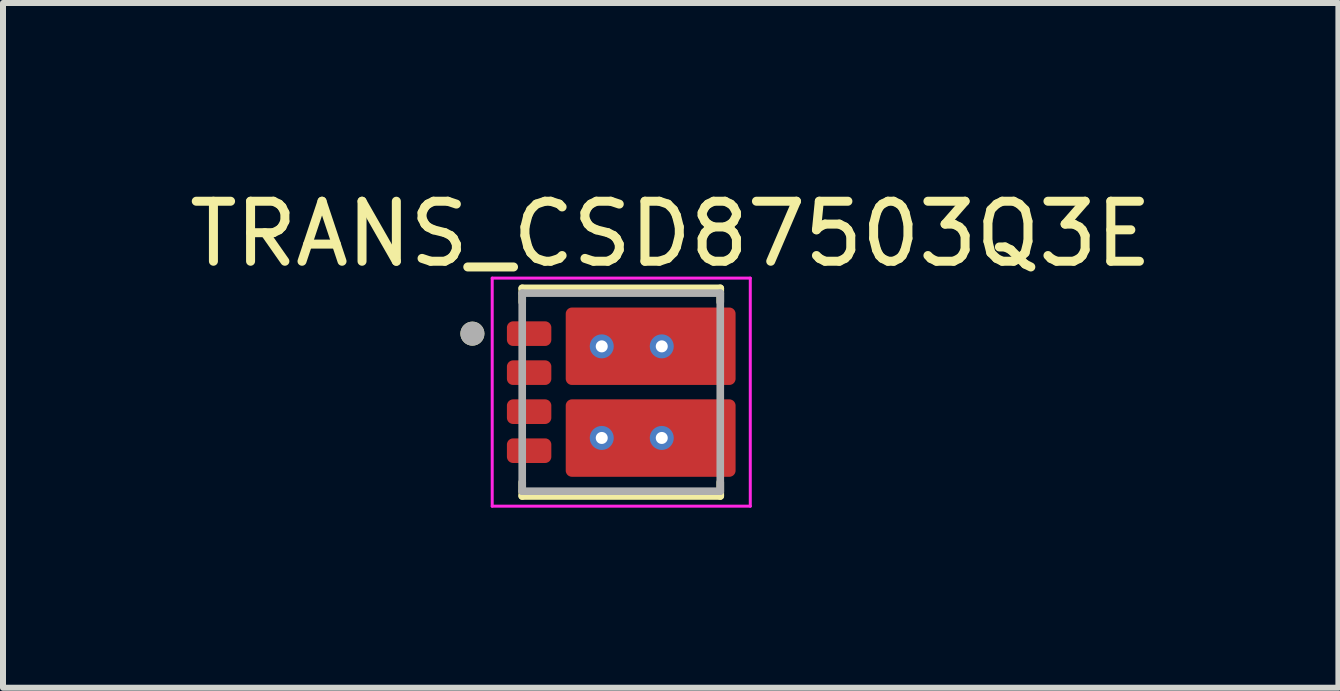
<source format=kicad_pcb>
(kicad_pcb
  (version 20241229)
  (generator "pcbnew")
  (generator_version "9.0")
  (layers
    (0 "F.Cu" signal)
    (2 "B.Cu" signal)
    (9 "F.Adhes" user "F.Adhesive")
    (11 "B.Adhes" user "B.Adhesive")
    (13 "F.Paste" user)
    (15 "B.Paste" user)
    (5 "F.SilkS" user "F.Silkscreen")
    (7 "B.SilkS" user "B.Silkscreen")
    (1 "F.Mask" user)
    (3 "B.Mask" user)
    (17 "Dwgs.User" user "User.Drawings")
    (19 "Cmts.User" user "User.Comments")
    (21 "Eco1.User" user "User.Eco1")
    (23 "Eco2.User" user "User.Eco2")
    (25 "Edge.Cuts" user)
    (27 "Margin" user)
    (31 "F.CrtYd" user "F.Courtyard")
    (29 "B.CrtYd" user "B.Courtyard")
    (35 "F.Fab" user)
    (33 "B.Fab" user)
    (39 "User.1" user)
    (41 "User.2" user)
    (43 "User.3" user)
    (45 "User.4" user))
  (footprint "TRANS_CSD87503Q3E"
    (layer "F.Cu")
    (at 7.301 3.484)
    (property "Reference" "TRANS_CSD87503Q3E" (at 0.824 -2.636 0) (layer "F.SilkS") (effects (font (size 1 1) (thickness 0.15))))
    (attr smd)
    (fp_poly (pts (xy -1.85 -1.075) (xy -1.85 -0.875) (xy -1.85 -0.872) (xy -1.85 -0.87) (xy -1.849 -0.867) (xy -1.849 -0.865) (xy -1.848 -0.862) (xy -1.848 -0.86) (xy -1.847 -0.857) (xy -1.846 -0.855) (xy -1.845 -0.852) (xy -1.843 -0.85) (xy -1.842 -0.848) (xy -1.84 -0.846) (xy -1.839 -0.844) (xy -1.837 -0.842) (xy -1.835 -0.84) (xy -1.833 -0.838) (xy -1.831 -0.836) (xy -1.829 -0.835) (xy -1.827 -0.833) (xy -1.825 -0.832) (xy -1.823 -0.83) (xy -1.82 -0.829) (xy -1.818 -0.828) (xy -1.815 -0.827) (xy -1.813 -0.827) (xy -1.81 -0.826) (xy -1.808 -0.826) (xy -1.805 -0.825) (xy -1.803 -0.825) (xy -1.8 -0.825) (xy -1.27 -0.825) (xy -1.267 -0.825) (xy -1.265 -0.825) (xy -1.262 -0.826) (xy -1.26 -0.826) (xy -1.257 -0.827) (xy -1.255 -0.827) (xy -1.252 -0.828) (xy -1.25 -0.829) (xy -1.247 -0.83) (xy -1.245 -0.832) (xy -1.243 -0.833) (xy -1.241 -0.835) (xy -1.239 -0.836) (xy -1.237 -0.838) (xy -1.235 -0.84) (xy -1.233 -0.842) (xy -1.231 -0.844) (xy -1.23 -0.846) (xy -1.228 -0.848) (xy -1.227 -0.85) (xy -1.225 -0.852) (xy -1.224 -0.855) (xy -1.223 -0.857) (xy -1.222 -0.86) (xy -1.222 -0.862) (xy -1.221 -0.865) (xy -1.221 -0.867) (xy -1.22 -0.87) (xy -1.22 -0.872) (xy -1.22 -0.875) (xy -1.22 -1.075) (xy -1.22 -1.078) (xy -1.22 -1.08) (xy -1.221 -1.083) (xy -1.221 -1.085) (xy -1.222 -1.088) (xy -1.222 -1.09) (xy -1.223 -1.093) (xy -1.224 -1.095) (xy -1.225 -1.098) (xy -1.227 -1.1) (xy -1.228 -1.102) (xy -1.23 -1.104) (xy -1.231 -1.106) (xy -1.233 -1.108) (xy -1.235 -1.11) (xy -1.237 -1.112) (xy -1.239 -1.114) (xy -1.241 -1.115) (xy -1.243 -1.117) (xy -1.245 -1.118) (xy -1.247 -1.12) (xy -1.25 -1.121) (xy -1.252 -1.122) (xy -1.255 -1.123) (xy -1.257 -1.123) (xy -1.26 -1.124) (xy -1.262 -1.124) (xy -1.265 -1.125) (xy -1.267 -1.125) (xy -1.27 -1.125) (xy -1.8 -1.125) (xy -1.803 -1.125) (xy -1.805 -1.125) (xy -1.808 -1.124) (xy -1.81 -1.124) (xy -1.813 -1.123) (xy -1.815 -1.123) (xy -1.818 -1.122) (xy -1.82 -1.121) (xy -1.823 -1.12) (xy -1.825 -1.118) (xy -1.827 -1.117) (xy -1.829 -1.115) (xy -1.831 -1.114) (xy -1.833 -1.112) (xy -1.835 -1.11) (xy -1.837 -1.108) (xy -1.839 -1.106) (xy -1.84 -1.104) (xy -1.842 -1.102) (xy -1.843 -1.1) (xy -1.845 -1.098) (xy -1.846 -1.095) (xy -1.847 -1.093) (xy -1.848 -1.09) (xy -1.848 -1.088) (xy -1.849 -1.085) (xy -1.849 -1.083) (xy -1.85 -1.08) (xy -1.85 -1.078) (xy -1.85 -1.075)) (stroke (width 0.01) (type solid)) (fill yes) (layer "F.Mask"))
    (fp_poly (pts (xy -1.85 -0.425) (xy -1.85 -0.225) (xy -1.85 -0.222) (xy -1.85 -0.22) (xy -1.849 -0.217) (xy -1.849 -0.215) (xy -1.848 -0.212) (xy -1.848 -0.21) (xy -1.847 -0.207) (xy -1.846 -0.205) (xy -1.845 -0.202) (xy -1.843 -0.2) (xy -1.842 -0.198) (xy -1.84 -0.196) (xy -1.839 -0.194) (xy -1.837 -0.192) (xy -1.835 -0.19) (xy -1.833 -0.188) (xy -1.831 -0.186) (xy -1.829 -0.185) (xy -1.827 -0.183) (xy -1.825 -0.182) (xy -1.823 -0.18) (xy -1.82 -0.179) (xy -1.818 -0.178) (xy -1.815 -0.177) (xy -1.813 -0.177) (xy -1.81 -0.176) (xy -1.808 -0.176) (xy -1.805 -0.175) (xy -1.803 -0.175) (xy -1.8 -0.175) (xy -1.27 -0.175) (xy -1.267 -0.175) (xy -1.265 -0.175) (xy -1.262 -0.176) (xy -1.26 -0.176) (xy -1.257 -0.177) (xy -1.255 -0.177) (xy -1.252 -0.178) (xy -1.25 -0.179) (xy -1.247 -0.18) (xy -1.245 -0.182) (xy -1.243 -0.183) (xy -1.241 -0.185) (xy -1.239 -0.186) (xy -1.237 -0.188) (xy -1.235 -0.19) (xy -1.233 -0.192) (xy -1.231 -0.194) (xy -1.23 -0.196) (xy -1.228 -0.198) (xy -1.227 -0.2) (xy -1.225 -0.202) (xy -1.224 -0.205) (xy -1.223 -0.207) (xy -1.222 -0.21) (xy -1.222 -0.212) (xy -1.221 -0.215) (xy -1.221 -0.217) (xy -1.22 -0.22) (xy -1.22 -0.222) (xy -1.22 -0.225) (xy -1.22 -0.425) (xy -1.22 -0.428) (xy -1.22 -0.43) (xy -1.221 -0.433) (xy -1.221 -0.435) (xy -1.222 -0.438) (xy -1.222 -0.44) (xy -1.223 -0.443) (xy -1.224 -0.445) (xy -1.225 -0.448) (xy -1.227 -0.45) (xy -1.228 -0.452) (xy -1.23 -0.454) (xy -1.231 -0.456) (xy -1.233 -0.458) (xy -1.235 -0.46) (xy -1.237 -0.462) (xy -1.239 -0.464) (xy -1.241 -0.465) (xy -1.243 -0.467) (xy -1.245 -0.468) (xy -1.247 -0.47) (xy -1.25 -0.471) (xy -1.252 -0.472) (xy -1.255 -0.473) (xy -1.257 -0.473) (xy -1.26 -0.474) (xy -1.262 -0.474) (xy -1.265 -0.475) (xy -1.267 -0.475) (xy -1.27 -0.475) (xy -1.8 -0.475) (xy -1.803 -0.475) (xy -1.805 -0.475) (xy -1.808 -0.474) (xy -1.81 -0.474) (xy -1.813 -0.473) (xy -1.815 -0.473) (xy -1.818 -0.472) (xy -1.82 -0.471) (xy -1.823 -0.47) (xy -1.825 -0.468) (xy -1.827 -0.467) (xy -1.829 -0.465) (xy -1.831 -0.464) (xy -1.833 -0.462) (xy -1.835 -0.46) (xy -1.837 -0.458) (xy -1.839 -0.456) (xy -1.84 -0.454) (xy -1.842 -0.452) (xy -1.843 -0.45) (xy -1.845 -0.448) (xy -1.846 -0.445) (xy -1.847 -0.443) (xy -1.848 -0.44) (xy -1.848 -0.438) (xy -1.849 -0.435) (xy -1.849 -0.433) (xy -1.85 -0.43) (xy -1.85 -0.428) (xy -1.85 -0.425)) (stroke (width 0.01) (type solid)) (fill yes) (layer "F.Mask"))
    (fp_poly (pts (xy -1.85 0.225) (xy -1.85 0.425) (xy -1.85 0.428) (xy -1.85 0.43) (xy -1.849 0.433) (xy -1.849 0.435) (xy -1.848 0.438) (xy -1.848 0.44) (xy -1.847 0.443) (xy -1.846 0.445) (xy -1.845 0.448) (xy -1.843 0.45) (xy -1.842 0.452) (xy -1.84 0.454) (xy -1.839 0.456) (xy -1.837 0.458) (xy -1.835 0.46) (xy -1.833 0.462) (xy -1.831 0.464) (xy -1.829 0.465) (xy -1.827 0.467) (xy -1.825 0.468) (xy -1.823 0.47) (xy -1.82 0.471) (xy -1.818 0.472) (xy -1.815 0.473) (xy -1.813 0.473) (xy -1.81 0.474) (xy -1.808 0.474) (xy -1.805 0.475) (xy -1.803 0.475) (xy -1.8 0.475) (xy -1.27 0.475) (xy -1.267 0.475) (xy -1.265 0.475) (xy -1.262 0.474) (xy -1.26 0.474) (xy -1.257 0.473) (xy -1.255 0.473) (xy -1.252 0.472) (xy -1.25 0.471) (xy -1.247 0.47) (xy -1.245 0.468) (xy -1.243 0.467) (xy -1.241 0.465) (xy -1.239 0.464) (xy -1.237 0.462) (xy -1.235 0.46) (xy -1.233 0.458) (xy -1.231 0.456) (xy -1.23 0.454) (xy -1.228 0.452) (xy -1.227 0.45) (xy -1.225 0.448) (xy -1.224 0.445) (xy -1.223 0.443) (xy -1.222 0.44) (xy -1.222 0.438) (xy -1.221 0.435) (xy -1.221 0.433) (xy -1.22 0.43) (xy -1.22 0.428) (xy -1.22 0.425) (xy -1.22 0.225) (xy -1.22 0.222) (xy -1.22 0.22) (xy -1.221 0.217) (xy -1.221 0.215) (xy -1.222 0.212) (xy -1.222 0.21) (xy -1.223 0.207) (xy -1.224 0.205) (xy -1.225 0.202) (xy -1.227 0.2) (xy -1.228 0.198) (xy -1.23 0.196) (xy -1.231 0.194) (xy -1.233 0.192) (xy -1.235 0.19) (xy -1.237 0.188) (xy -1.239 0.186) (xy -1.241 0.185) (xy -1.243 0.183) (xy -1.245 0.182) (xy -1.247 0.18) (xy -1.25 0.179) (xy -1.252 0.178) (xy -1.255 0.177) (xy -1.257 0.177) (xy -1.26 0.176) (xy -1.262 0.176) (xy -1.265 0.175) (xy -1.267 0.175) (xy -1.27 0.175) (xy -1.8 0.175) (xy -1.803 0.175) (xy -1.805 0.175) (xy -1.808 0.176) (xy -1.81 0.176) (xy -1.813 0.177) (xy -1.815 0.177) (xy -1.818 0.178) (xy -1.82 0.179) (xy -1.823 0.18) (xy -1.825 0.182) (xy -1.827 0.183) (xy -1.829 0.185) (xy -1.831 0.186) (xy -1.833 0.188) (xy -1.835 0.19) (xy -1.837 0.192) (xy -1.839 0.194) (xy -1.84 0.196) (xy -1.842 0.198) (xy -1.843 0.2) (xy -1.845 0.202) (xy -1.846 0.205) (xy -1.847 0.207) (xy -1.848 0.21) (xy -1.848 0.212) (xy -1.849 0.215) (xy -1.849 0.217) (xy -1.85 0.22) (xy -1.85 0.222) (xy -1.85 0.225)) (stroke (width 0.01) (type solid)) (fill yes) (layer "F.Mask"))
    (fp_poly (pts (xy -1.85 0.875) (xy -1.85 1.075) (xy -1.85 1.078) (xy -1.85 1.08) (xy -1.849 1.083) (xy -1.849 1.085) (xy -1.848 1.088) (xy -1.848 1.09) (xy -1.847 1.093) (xy -1.846 1.095) (xy -1.845 1.098) (xy -1.843 1.1) (xy -1.842 1.102) (xy -1.84 1.104) (xy -1.839 1.106) (xy -1.837 1.108) (xy -1.835 1.11) (xy -1.833 1.112) (xy -1.831 1.114) (xy -1.829 1.115) (xy -1.827 1.117) (xy -1.825 1.118) (xy -1.823 1.12) (xy -1.82 1.121) (xy -1.818 1.122) (xy -1.815 1.123) (xy -1.813 1.123) (xy -1.81 1.124) (xy -1.808 1.124) (xy -1.805 1.125) (xy -1.803 1.125) (xy -1.8 1.125) (xy -1.27 1.125) (xy -1.267 1.125) (xy -1.265 1.125) (xy -1.262 1.124) (xy -1.26 1.124) (xy -1.257 1.123) (xy -1.255 1.123) (xy -1.252 1.122) (xy -1.25 1.121) (xy -1.247 1.12) (xy -1.245 1.118) (xy -1.243 1.117) (xy -1.241 1.115) (xy -1.239 1.114) (xy -1.237 1.112) (xy -1.235 1.11) (xy -1.233 1.108) (xy -1.231 1.106) (xy -1.23 1.104) (xy -1.228 1.102) (xy -1.227 1.1) (xy -1.225 1.098) (xy -1.224 1.095) (xy -1.223 1.093) (xy -1.222 1.09) (xy -1.222 1.088) (xy -1.221 1.085) (xy -1.221 1.083) (xy -1.22 1.08) (xy -1.22 1.078) (xy -1.22 1.075) (xy -1.22 0.875) (xy -1.22 0.872) (xy -1.22 0.87) (xy -1.221 0.867) (xy -1.221 0.865) (xy -1.222 0.862) (xy -1.222 0.86) (xy -1.223 0.857) (xy -1.224 0.855) (xy -1.225 0.852) (xy -1.227 0.85) (xy -1.228 0.848) (xy -1.23 0.846) (xy -1.231 0.844) (xy -1.233 0.842) (xy -1.235 0.84) (xy -1.237 0.838) (xy -1.239 0.836) (xy -1.241 0.835) (xy -1.243 0.833) (xy -1.245 0.832) (xy -1.247 0.83) (xy -1.25 0.829) (xy -1.252 0.828) (xy -1.255 0.827) (xy -1.257 0.827) (xy -1.26 0.826) (xy -1.262 0.826) (xy -1.265 0.825) (xy -1.267 0.825) (xy -1.27 0.825) (xy -1.8 0.825) (xy -1.803 0.825) (xy -1.805 0.825) (xy -1.808 0.826) (xy -1.81 0.826) (xy -1.813 0.827) (xy -1.815 0.827) (xy -1.818 0.828) (xy -1.82 0.829) (xy -1.823 0.83) (xy -1.825 0.832) (xy -1.827 0.833) (xy -1.829 0.835) (xy -1.831 0.836) (xy -1.833 0.838) (xy -1.835 0.84) (xy -1.837 0.842) (xy -1.839 0.844) (xy -1.84 0.846) (xy -1.842 0.848) (xy -1.843 0.85) (xy -1.845 0.852) (xy -1.846 0.855) (xy -1.847 0.857) (xy -1.848 0.86) (xy -1.848 0.862) (xy -1.849 0.865) (xy -1.849 0.867) (xy -1.85 0.87) (xy -1.85 0.872) (xy -1.85 0.875)) (stroke (width 0.01) (type solid)) (fill yes) (layer "F.Mask"))
    (fp_poly (pts (xy -0.87 -0.225) (xy -0.87 -1.305) (xy -0.87 -1.308) (xy -0.87 -1.31) (xy -0.869 -1.313) (xy -0.869 -1.315) (xy -0.868 -1.318) (xy -0.868 -1.32) (xy -0.867 -1.323) (xy -0.866 -1.325) (xy -0.865 -1.328) (xy -0.863 -1.33) (xy -0.862 -1.332) (xy -0.86 -1.334) (xy -0.859 -1.336) (xy -0.857 -1.338) (xy -0.855 -1.34) (xy -0.853 -1.342) (xy -0.851 -1.344) (xy -0.849 -1.345) (xy -0.847 -1.347) (xy -0.845 -1.348) (xy -0.843 -1.35) (xy -0.84 -1.351) (xy -0.838 -1.352) (xy -0.835 -1.353) (xy -0.833 -1.353) (xy -0.83 -1.354) (xy -0.828 -1.354) (xy -0.825 -1.355) (xy -0.823 -1.355) (xy -0.82 -1.355) (xy 1.17 -1.355) (xy 1.173 -1.355) (xy 1.175 -1.355) (xy 1.178 -1.354) (xy 1.18 -1.354) (xy 1.183 -1.353) (xy 1.185 -1.353) (xy 1.188 -1.352) (xy 1.19 -1.351) (xy 1.193 -1.35) (xy 1.195 -1.348) (xy 1.197 -1.347) (xy 1.199 -1.345) (xy 1.201 -1.344) (xy 1.203 -1.342) (xy 1.205 -1.34) (xy 1.207 -1.338) (xy 1.209 -1.336) (xy 1.21 -1.334) (xy 1.212 -1.332) (xy 1.213 -1.33) (xy 1.215 -1.328) (xy 1.216 -1.325) (xy 1.217 -1.323) (xy 1.218 -1.32) (xy 1.218 -1.318) (xy 1.219 -1.315) (xy 1.219 -1.313) (xy 1.22 -1.31) (xy 1.22 -1.308) (xy 1.22 -1.305) (xy 1.22 -1.125) (xy 1.8 -1.125) (xy 1.803 -1.125) (xy 1.805 -1.125) (xy 1.808 -1.124) (xy 1.81 -1.124) (xy 1.813 -1.123) (xy 1.815 -1.123) (xy 1.818 -1.122) (xy 1.82 -1.121) (xy 1.823 -1.12) (xy 1.825 -1.118) (xy 1.827 -1.117) (xy 1.829 -1.115) (xy 1.831 -1.114) (xy 1.833 -1.112) (xy 1.835 -1.11) (xy 1.837 -1.108) (xy 1.839 -1.106) (xy 1.84 -1.104) (xy 1.842 -1.102) (xy 1.843 -1.1) (xy 1.845 -1.098) (xy 1.846 -1.095) (xy 1.847 -1.093) (xy 1.848 -1.09) (xy 1.848 -1.088) (xy 1.849 -1.085) (xy 1.849 -1.083) (xy 1.85 -1.08) (xy 1.85 -1.078) (xy 1.85 -1.075) (xy 1.85 -0.875) (xy 1.85 -0.872) (xy 1.85 -0.87) (xy 1.849 -0.867) (xy 1.849 -0.865) (xy 1.848 -0.862) (xy 1.848 -0.86) (xy 1.847 -0.857) (xy 1.846 -0.855) (xy 1.845 -0.852) (xy 1.843 -0.85) (xy 1.842 -0.848) (xy 1.84 -0.846) (xy 1.839 -0.844) (xy 1.837 -0.842) (xy 1.835 -0.84) (xy 1.833 -0.838) (xy 1.831 -0.836) (xy 1.829 -0.835) (xy 1.827 -0.833) (xy 1.825 -0.832) (xy 1.823 -0.83) (xy 1.82 -0.829) (xy 1.818 -0.828) (xy 1.815 -0.827) (xy 1.813 -0.827) (xy 1.81 -0.826) (xy 1.808 -0.826) (xy 1.805 -0.825) (xy 1.803 -0.825) (xy 1.8 -0.825) (xy 1.22 -0.825) (xy 1.22 -0.475) (xy 1.8 -0.475) (xy 1.803 -0.475) (xy 1.805 -0.475) (xy 1.808 -0.474) (xy 1.81 -0.474) (xy 1.813 -0.473) (xy 1.815 -0.473) (xy 1.818 -0.472) (xy 1.82 -0.471) (xy 1.823 -0.47) (xy 1.825 -0.468) (xy 1.827 -0.467) (xy 1.829 -0.465) (xy 1.831 -0.464) (xy 1.833 -0.462) (xy 1.835 -0.46) (xy 1.837 -0.458) (xy 1.839 -0.456) (xy 1.84 -0.454) (xy 1.842 -0.452) (xy 1.843 -0.45) (xy 1.845 -0.448) (xy 1.846 -0.445) (xy 1.847 -0.443) (xy 1.848 -0.44) (xy 1.848 -0.438) (xy 1.849 -0.435) (xy 1.849 -0.433) (xy 1.85 -0.43) (xy 1.85 -0.428) (xy 1.85 -0.425) (xy 1.85 -0.225) (xy 1.85 -0.222) (xy 1.85 -0.22) (xy 1.849 -0.217) (xy 1.849 -0.215) (xy 1.848 -0.212) (xy 1.848 -0.21) (xy 1.847 -0.207) (xy 1.846 -0.205) (xy 1.845 -0.202) (xy 1.843 -0.2) (xy 1.842 -0.198) (xy 1.84 -0.196) (xy 1.839 -0.194) (xy 1.837 -0.192) (xy 1.835 -0.19) (xy 1.833 -0.188) (xy 1.831 -0.186) (xy 1.829 -0.185) (xy 1.827 -0.183) (xy 1.825 -0.182) (xy 1.823 -0.18) (xy 1.82 -0.179) (xy 1.818 -0.178) (xy 1.815 -0.177) (xy 1.813 -0.177) (xy 1.81 -0.176) (xy 1.808 -0.176) (xy 1.805 -0.175) (xy 1.803 -0.175) (xy 1.8 -0.175) (xy -0.82 -0.175) (xy -0.823 -0.175) (xy -0.825 -0.175) (xy -0.828 -0.176) (xy -0.83 -0.176) (xy -0.833 -0.177) (xy -0.835 -0.177) (xy -0.838 -0.178) (xy -0.84 -0.179) (xy -0.843 -0.18) (xy -0.845 -0.182) (xy -0.847 -0.183) (xy -0.849 -0.185) (xy -0.851 -0.186) (xy -0.853 -0.188) (xy -0.855 -0.19) (xy -0.857 -0.192) (xy -0.859 -0.194) (xy -0.86 -0.196) (xy -0.862 -0.198) (xy -0.863 -0.2) (xy -0.865 -0.202) (xy -0.866 -0.205) (xy -0.867 -0.207) (xy -0.868 -0.21) (xy -0.868 -0.212) (xy -0.869 -0.215) (xy -0.869 -0.217) (xy -0.87 -0.22) (xy -0.87 -0.222) (xy -0.87 -0.225)) (stroke (width 0.01) (type solid)) (fill yes) (layer "F.Mask"))
    (fp_poly (pts (xy -0.87 1.305) (xy -0.87 0.225) (xy -0.87 0.222) (xy -0.87 0.22) (xy -0.869 0.217) (xy -0.869 0.215) (xy -0.868 0.212) (xy -0.868 0.21) (xy -0.867 0.207) (xy -0.866 0.205) (xy -0.865 0.202) (xy -0.863 0.2) (xy -0.862 0.198) (xy -0.86 0.196) (xy -0.859 0.194) (xy -0.857 0.192) (xy -0.855 0.19) (xy -0.853 0.188) (xy -0.851 0.186) (xy -0.849 0.185) (xy -0.847 0.183) (xy -0.845 0.182) (xy -0.843 0.18) (xy -0.84 0.179) (xy -0.838 0.178) (xy -0.835 0.177) (xy -0.833 0.177) (xy -0.83 0.176) (xy -0.828 0.176) (xy -0.825 0.175) (xy -0.823 0.175) (xy -0.82 0.175) (xy 1.8 0.175) (xy 1.803 0.175) (xy 1.805 0.175) (xy 1.808 0.176) (xy 1.81 0.176) (xy 1.813 0.177) (xy 1.815 0.177) (xy 1.818 0.178) (xy 1.82 0.179) (xy 1.823 0.18) (xy 1.825 0.182) (xy 1.827 0.183) (xy 1.829 0.185) (xy 1.831 0.186) (xy 1.833 0.188) (xy 1.835 0.19) (xy 1.837 0.192) (xy 1.839 0.194) (xy 1.84 0.196) (xy 1.842 0.198) (xy 1.843 0.2) (xy 1.845 0.202) (xy 1.846 0.205) (xy 1.847 0.207) (xy 1.848 0.21) (xy 1.848 0.212) (xy 1.849 0.215) (xy 1.849 0.217) (xy 1.85 0.22) (xy 1.85 0.222) (xy 1.85 0.225) (xy 1.85 0.425) (xy 1.85 0.428) (xy 1.85 0.43) (xy 1.849 0.433) (xy 1.849 0.435) (xy 1.848 0.438) (xy 1.848 0.44) (xy 1.847 0.443) (xy 1.846 0.445) (xy 1.845 0.448) (xy 1.843 0.45) (xy 1.842 0.452) (xy 1.84 0.454) (xy 1.839 0.456) (xy 1.837 0.458) (xy 1.835 0.46) (xy 1.833 0.462) (xy 1.831 0.464) (xy 1.829 0.465) (xy 1.827 0.467) (xy 1.825 0.468) (xy 1.823 0.47) (xy 1.82 0.471) (xy 1.818 0.472) (xy 1.815 0.473) (xy 1.813 0.473) (xy 1.81 0.474) (xy 1.808 0.474) (xy 1.805 0.475) (xy 1.803 0.475) (xy 1.8 0.475) (xy 1.22 0.475) (xy 1.22 0.825) (xy 1.8 0.825) (xy 1.803 0.825) (xy 1.805 0.825) (xy 1.808 0.826) (xy 1.81 0.826) (xy 1.813 0.827) (xy 1.815 0.827) (xy 1.818 0.828) (xy 1.82 0.829) (xy 1.823 0.83) (xy 1.825 0.832) (xy 1.827 0.833) (xy 1.829 0.835) (xy 1.831 0.836) (xy 1.833 0.838) (xy 1.835 0.84) (xy 1.837 0.842) (xy 1.839 0.844) (xy 1.84 0.846) (xy 1.842 0.848) (xy 1.843 0.85) (xy 1.845 0.852) (xy 1.846 0.855) (xy 1.847 0.857) (xy 1.848 0.86) (xy 1.848 0.862) (xy 1.849 0.865) (xy 1.849 0.867) (xy 1.85 0.87) (xy 1.85 0.872) (xy 1.85 0.875) (xy 1.85 1.075) (xy 1.85 1.078) (xy 1.85 1.08) (xy 1.849 1.083) (xy 1.849 1.085) (xy 1.848 1.088) (xy 1.848 1.09) (xy 1.847 1.093) (xy 1.846 1.095) (xy 1.845 1.098) (xy 1.843 1.1) (xy 1.842 1.102) (xy 1.84 1.104) (xy 1.839 1.106) (xy 1.837 1.108) (xy 1.835 1.11) (xy 1.833 1.112) (xy 1.831 1.114) (xy 1.829 1.115) (xy 1.827 1.117) (xy 1.825 1.118) (xy 1.823 1.12) (xy 1.82 1.121) (xy 1.818 1.122) (xy 1.815 1.123) (xy 1.813 1.123) (xy 1.81 1.124) (xy 1.808 1.124) (xy 1.805 1.125) (xy 1.803 1.125) (xy 1.8 1.125) (xy 1.22 1.125) (xy 1.22 1.305) (xy 1.22 1.308) (xy 1.22 1.31) (xy 1.219 1.313) (xy 1.219 1.315) (xy 1.218 1.318) (xy 1.218 1.32) (xy 1.217 1.323) (xy 1.216 1.325) (xy 1.215 1.328) (xy 1.213 1.33) (xy 1.212 1.332) (xy 1.21 1.334) (xy 1.209 1.336) (xy 1.207 1.338) (xy 1.205 1.34) (xy 1.203 1.342) (xy 1.201 1.344) (xy 1.199 1.345) (xy 1.197 1.347) (xy 1.195 1.348) (xy 1.193 1.35) (xy 1.19 1.351) (xy 1.188 1.352) (xy 1.185 1.353) (xy 1.183 1.353) (xy 1.18 1.354) (xy 1.178 1.354) (xy 1.175 1.355) (xy 1.173 1.355) (xy 1.17 1.355) (xy -0.82 1.355) (xy -0.823 1.355) (xy -0.825 1.355) (xy -0.828 1.354) (xy -0.83 1.354) (xy -0.833 1.353) (xy -0.835 1.353) (xy -0.838 1.352) (xy -0.84 1.351) (xy -0.843 1.35) (xy -0.845 1.348) (xy -0.847 1.347) (xy -0.849 1.345) (xy -0.851 1.344) (xy -0.853 1.342) (xy -0.855 1.34) (xy -0.857 1.338) (xy -0.859 1.336) (xy -0.86 1.334) (xy -0.862 1.332) (xy -0.863 1.33) (xy -0.865 1.328) (xy -0.866 1.325) (xy -0.867 1.323) (xy -0.868 1.32) (xy -0.868 1.318) (xy -0.869 1.315) (xy -0.869 1.313) (xy -0.87 1.31) (xy -0.87 1.308) (xy -0.87 1.305)) (stroke (width 0.01) (type solid)) (fill yes) (layer "F.Mask"))
    (fp_line (start -1.65 -1.73) (end 1.65 -1.73) (stroke (width 0.127) (type solid)) (layer "F.SilkS"))
    (fp_line (start -1.65 -1.5) (end -1.65 -1.73) (stroke (width 0.127) (type solid)) (layer "F.SilkS"))
    (fp_line (start -1.65 1.5) (end -1.65 1.73) (stroke (width 0.127) (type solid)) (layer "F.SilkS"))
    (fp_line (start 1.65 -1.5) (end 1.65 -1.73) (stroke (width 0.127) (type solid)) (layer "F.SilkS"))
    (fp_line (start 1.65 1.5) (end 1.65 1.73) (stroke (width 0.127) (type solid)) (layer "F.SilkS"))
    (fp_line (start 1.65 1.73) (end -1.65 1.73) (stroke (width 0.127) (type solid)) (layer "F.SilkS"))
    (fp_circle (center -2.48 -0.975) (end -2.38 -0.975) (stroke (width 0.2) (type solid)) (fill no) (layer "F.SilkS"))
    (fp_poly (pts (xy -1.85 -1.075) (xy -1.85 -0.875) (xy -1.85 -0.872) (xy -1.85 -0.87) (xy -1.849 -0.867) (xy -1.849 -0.865) (xy -1.848 -0.862) (xy -1.848 -0.86) (xy -1.847 -0.857) (xy -1.846 -0.855) (xy -1.845 -0.852) (xy -1.843 -0.85) (xy -1.842 -0.848) (xy -1.84 -0.846) (xy -1.839 -0.844) (xy -1.837 -0.842) (xy -1.835 -0.84) (xy -1.833 -0.838) (xy -1.831 -0.836) (xy -1.829 -0.835) (xy -1.827 -0.833) (xy -1.825 -0.832) (xy -1.823 -0.83) (xy -1.82 -0.829) (xy -1.818 -0.828) (xy -1.815 -0.827) (xy -1.813 -0.827) (xy -1.81 -0.826) (xy -1.808 -0.826) (xy -1.805 -0.825) (xy -1.803 -0.825) (xy -1.8 -0.825) (xy -1.27 -0.825) (xy -1.267 -0.825) (xy -1.265 -0.825) (xy -1.262 -0.826) (xy -1.26 -0.826) (xy -1.257 -0.827) (xy -1.255 -0.827) (xy -1.252 -0.828) (xy -1.25 -0.829) (xy -1.247 -0.83) (xy -1.245 -0.832) (xy -1.243 -0.833) (xy -1.241 -0.835) (xy -1.239 -0.836) (xy -1.237 -0.838) (xy -1.235 -0.84) (xy -1.233 -0.842) (xy -1.231 -0.844) (xy -1.23 -0.846) (xy -1.228 -0.848) (xy -1.227 -0.85) (xy -1.225 -0.852) (xy -1.224 -0.855) (xy -1.223 -0.857) (xy -1.222 -0.86) (xy -1.222 -0.862) (xy -1.221 -0.865) (xy -1.221 -0.867) (xy -1.22 -0.87) (xy -1.22 -0.872) (xy -1.22 -0.875) (xy -1.22 -1.075) (xy -1.22 -1.078) (xy -1.22 -1.08) (xy -1.221 -1.083) (xy -1.221 -1.085) (xy -1.222 -1.088) (xy -1.222 -1.09) (xy -1.223 -1.093) (xy -1.224 -1.095) (xy -1.225 -1.098) (xy -1.227 -1.1) (xy -1.228 -1.102) (xy -1.23 -1.104) (xy -1.231 -1.106) (xy -1.233 -1.108) (xy -1.235 -1.11) (xy -1.237 -1.112) (xy -1.239 -1.114) (xy -1.241 -1.115) (xy -1.243 -1.117) (xy -1.245 -1.118) (xy -1.247 -1.12) (xy -1.25 -1.121) (xy -1.252 -1.122) (xy -1.255 -1.123) (xy -1.257 -1.123) (xy -1.26 -1.124) (xy -1.262 -1.124) (xy -1.265 -1.125) (xy -1.267 -1.125) (xy -1.27 -1.125) (xy -1.8 -1.125) (xy -1.803 -1.125) (xy -1.805 -1.125) (xy -1.808 -1.124) (xy -1.81 -1.124) (xy -1.813 -1.123) (xy -1.815 -1.123) (xy -1.818 -1.122) (xy -1.82 -1.121) (xy -1.823 -1.12) (xy -1.825 -1.118) (xy -1.827 -1.117) (xy -1.829 -1.115) (xy -1.831 -1.114) (xy -1.833 -1.112) (xy -1.835 -1.11) (xy -1.837 -1.108) (xy -1.839 -1.106) (xy -1.84 -1.104) (xy -1.842 -1.102) (xy -1.843 -1.1) (xy -1.845 -1.098) (xy -1.846 -1.095) (xy -1.847 -1.093) (xy -1.848 -1.09) (xy -1.848 -1.088) (xy -1.849 -1.085) (xy -1.849 -1.083) (xy -1.85 -1.08) (xy -1.85 -1.078) (xy -1.85 -1.075)) (stroke (width 0.01) (type solid)) (fill yes) (layer "F.Paste"))
    (fp_poly (pts (xy -1.85 -0.425) (xy -1.85 -0.225) (xy -1.85 -0.222) (xy -1.85 -0.22) (xy -1.849 -0.217) (xy -1.849 -0.215) (xy -1.848 -0.212) (xy -1.848 -0.21) (xy -1.847 -0.207) (xy -1.846 -0.205) (xy -1.845 -0.202) (xy -1.843 -0.2) (xy -1.842 -0.198) (xy -1.84 -0.196) (xy -1.839 -0.194) (xy -1.837 -0.192) (xy -1.835 -0.19) (xy -1.833 -0.188) (xy -1.831 -0.186) (xy -1.829 -0.185) (xy -1.827 -0.183) (xy -1.825 -0.182) (xy -1.823 -0.18) (xy -1.82 -0.179) (xy -1.818 -0.178) (xy -1.815 -0.177) (xy -1.813 -0.177) (xy -1.81 -0.176) (xy -1.808 -0.176) (xy -1.805 -0.175) (xy -1.803 -0.175) (xy -1.8 -0.175) (xy -1.27 -0.175) (xy -1.267 -0.175) (xy -1.265 -0.175) (xy -1.262 -0.176) (xy -1.26 -0.176) (xy -1.257 -0.177) (xy -1.255 -0.177) (xy -1.252 -0.178) (xy -1.25 -0.179) (xy -1.247 -0.18) (xy -1.245 -0.182) (xy -1.243 -0.183) (xy -1.241 -0.185) (xy -1.239 -0.186) (xy -1.237 -0.188) (xy -1.235 -0.19) (xy -1.233 -0.192) (xy -1.231 -0.194) (xy -1.23 -0.196) (xy -1.228 -0.198) (xy -1.227 -0.2) (xy -1.225 -0.202) (xy -1.224 -0.205) (xy -1.223 -0.207) (xy -1.222 -0.21) (xy -1.222 -0.212) (xy -1.221 -0.215) (xy -1.221 -0.217) (xy -1.22 -0.22) (xy -1.22 -0.222) (xy -1.22 -0.225) (xy -1.22 -0.425) (xy -1.22 -0.428) (xy -1.22 -0.43) (xy -1.221 -0.433) (xy -1.221 -0.435) (xy -1.222 -0.438) (xy -1.222 -0.44) (xy -1.223 -0.443) (xy -1.224 -0.445) (xy -1.225 -0.448) (xy -1.227 -0.45) (xy -1.228 -0.452) (xy -1.23 -0.454) (xy -1.231 -0.456) (xy -1.233 -0.458) (xy -1.235 -0.46) (xy -1.237 -0.462) (xy -1.239 -0.464) (xy -1.241 -0.465) (xy -1.243 -0.467) (xy -1.245 -0.468) (xy -1.247 -0.47) (xy -1.25 -0.471) (xy -1.252 -0.472) (xy -1.255 -0.473) (xy -1.257 -0.473) (xy -1.26 -0.474) (xy -1.262 -0.474) (xy -1.265 -0.475) (xy -1.267 -0.475) (xy -1.27 -0.475) (xy -1.8 -0.475) (xy -1.803 -0.475) (xy -1.805 -0.475) (xy -1.808 -0.474) (xy -1.81 -0.474) (xy -1.813 -0.473) (xy -1.815 -0.473) (xy -1.818 -0.472) (xy -1.82 -0.471) (xy -1.823 -0.47) (xy -1.825 -0.468) (xy -1.827 -0.467) (xy -1.829 -0.465) (xy -1.831 -0.464) (xy -1.833 -0.462) (xy -1.835 -0.46) (xy -1.837 -0.458) (xy -1.839 -0.456) (xy -1.84 -0.454) (xy -1.842 -0.452) (xy -1.843 -0.45) (xy -1.845 -0.448) (xy -1.846 -0.445) (xy -1.847 -0.443) (xy -1.848 -0.44) (xy -1.848 -0.438) (xy -1.849 -0.435) (xy -1.849 -0.433) (xy -1.85 -0.43) (xy -1.85 -0.428) (xy -1.85 -0.425)) (stroke (width 0.01) (type solid)) (fill yes) (layer "F.Paste"))
    (fp_poly (pts (xy -1.85 0.225) (xy -1.85 0.425) (xy -1.85 0.428) (xy -1.85 0.43) (xy -1.849 0.433) (xy -1.849 0.435) (xy -1.848 0.438) (xy -1.848 0.44) (xy -1.847 0.443) (xy -1.846 0.445) (xy -1.845 0.448) (xy -1.843 0.45) (xy -1.842 0.452) (xy -1.84 0.454) (xy -1.839 0.456) (xy -1.837 0.458) (xy -1.835 0.46) (xy -1.833 0.462) (xy -1.831 0.464) (xy -1.829 0.465) (xy -1.827 0.467) (xy -1.825 0.468) (xy -1.823 0.47) (xy -1.82 0.471) (xy -1.818 0.472) (xy -1.815 0.473) (xy -1.813 0.473) (xy -1.81 0.474) (xy -1.808 0.474) (xy -1.805 0.475) (xy -1.803 0.475) (xy -1.8 0.475) (xy -1.27 0.475) (xy -1.267 0.475) (xy -1.265 0.475) (xy -1.262 0.474) (xy -1.26 0.474) (xy -1.257 0.473) (xy -1.255 0.473) (xy -1.252 0.472) (xy -1.25 0.471) (xy -1.247 0.47) (xy -1.245 0.468) (xy -1.243 0.467) (xy -1.241 0.465) (xy -1.239 0.464) (xy -1.237 0.462) (xy -1.235 0.46) (xy -1.233 0.458) (xy -1.231 0.456) (xy -1.23 0.454) (xy -1.228 0.452) (xy -1.227 0.45) (xy -1.225 0.448) (xy -1.224 0.445) (xy -1.223 0.443) (xy -1.222 0.44) (xy -1.222 0.438) (xy -1.221 0.435) (xy -1.221 0.433) (xy -1.22 0.43) (xy -1.22 0.428) (xy -1.22 0.425) (xy -1.22 0.225) (xy -1.22 0.222) (xy -1.22 0.22) (xy -1.221 0.217) (xy -1.221 0.215) (xy -1.222 0.212) (xy -1.222 0.21) (xy -1.223 0.207) (xy -1.224 0.205) (xy -1.225 0.202) (xy -1.227 0.2) (xy -1.228 0.198) (xy -1.23 0.196) (xy -1.231 0.194) (xy -1.233 0.192) (xy -1.235 0.19) (xy -1.237 0.188) (xy -1.239 0.186) (xy -1.241 0.185) (xy -1.243 0.183) (xy -1.245 0.182) (xy -1.247 0.18) (xy -1.25 0.179) (xy -1.252 0.178) (xy -1.255 0.177) (xy -1.257 0.177) (xy -1.26 0.176) (xy -1.262 0.176) (xy -1.265 0.175) (xy -1.267 0.175) (xy -1.27 0.175) (xy -1.8 0.175) (xy -1.803 0.175) (xy -1.805 0.175) (xy -1.808 0.176) (xy -1.81 0.176) (xy -1.813 0.177) (xy -1.815 0.177) (xy -1.818 0.178) (xy -1.82 0.179) (xy -1.823 0.18) (xy -1.825 0.182) (xy -1.827 0.183) (xy -1.829 0.185) (xy -1.831 0.186) (xy -1.833 0.188) (xy -1.835 0.19) (xy -1.837 0.192) (xy -1.839 0.194) (xy -1.84 0.196) (xy -1.842 0.198) (xy -1.843 0.2) (xy -1.845 0.202) (xy -1.846 0.205) (xy -1.847 0.207) (xy -1.848 0.21) (xy -1.848 0.212) (xy -1.849 0.215) (xy -1.849 0.217) (xy -1.85 0.22) (xy -1.85 0.222) (xy -1.85 0.225)) (stroke (width 0.01) (type solid)) (fill yes) (layer "F.Paste"))
    (fp_poly (pts (xy -1.85 0.875) (xy -1.85 1.075) (xy -1.85 1.078) (xy -1.85 1.08) (xy -1.849 1.083) (xy -1.849 1.085) (xy -1.848 1.088) (xy -1.848 1.09) (xy -1.847 1.093) (xy -1.846 1.095) (xy -1.845 1.098) (xy -1.843 1.1) (xy -1.842 1.102) (xy -1.84 1.104) (xy -1.839 1.106) (xy -1.837 1.108) (xy -1.835 1.11) (xy -1.833 1.112) (xy -1.831 1.114) (xy -1.829 1.115) (xy -1.827 1.117) (xy -1.825 1.118) (xy -1.823 1.12) (xy -1.82 1.121) (xy -1.818 1.122) (xy -1.815 1.123) (xy -1.813 1.123) (xy -1.81 1.124) (xy -1.808 1.124) (xy -1.805 1.125) (xy -1.803 1.125) (xy -1.8 1.125) (xy -1.27 1.125) (xy -1.267 1.125) (xy -1.265 1.125) (xy -1.262 1.124) (xy -1.26 1.124) (xy -1.257 1.123) (xy -1.255 1.123) (xy -1.252 1.122) (xy -1.25 1.121) (xy -1.247 1.12) (xy -1.245 1.118) (xy -1.243 1.117) (xy -1.241 1.115) (xy -1.239 1.114) (xy -1.237 1.112) (xy -1.235 1.11) (xy -1.233 1.108) (xy -1.231 1.106) (xy -1.23 1.104) (xy -1.228 1.102) (xy -1.227 1.1) (xy -1.225 1.098) (xy -1.224 1.095) (xy -1.223 1.093) (xy -1.222 1.09) (xy -1.222 1.088) (xy -1.221 1.085) (xy -1.221 1.083) (xy -1.22 1.08) (xy -1.22 1.078) (xy -1.22 1.075) (xy -1.22 0.875) (xy -1.22 0.872) (xy -1.22 0.87) (xy -1.221 0.867) (xy -1.221 0.865) (xy -1.222 0.862) (xy -1.222 0.86) (xy -1.223 0.857) (xy -1.224 0.855) (xy -1.225 0.852) (xy -1.227 0.85) (xy -1.228 0.848) (xy -1.23 0.846) (xy -1.231 0.844) (xy -1.233 0.842) (xy -1.235 0.84) (xy -1.237 0.838) (xy -1.239 0.836) (xy -1.241 0.835) (xy -1.243 0.833) (xy -1.245 0.832) (xy -1.247 0.83) (xy -1.25 0.829) (xy -1.252 0.828) (xy -1.255 0.827) (xy -1.257 0.827) (xy -1.26 0.826) (xy -1.262 0.826) (xy -1.265 0.825) (xy -1.267 0.825) (xy -1.27 0.825) (xy -1.8 0.825) (xy -1.803 0.825) (xy -1.805 0.825) (xy -1.808 0.826) (xy -1.81 0.826) (xy -1.813 0.827) (xy -1.815 0.827) (xy -1.818 0.828) (xy -1.82 0.829) (xy -1.823 0.83) (xy -1.825 0.832) (xy -1.827 0.833) (xy -1.829 0.835) (xy -1.831 0.836) (xy -1.833 0.838) (xy -1.835 0.84) (xy -1.837 0.842) (xy -1.839 0.844) (xy -1.84 0.846) (xy -1.842 0.848) (xy -1.843 0.85) (xy -1.845 0.852) (xy -1.846 0.855) (xy -1.847 0.857) (xy -1.848 0.86) (xy -1.848 0.862) (xy -1.849 0.865) (xy -1.849 0.867) (xy -1.85 0.87) (xy -1.85 0.872) (xy -1.85 0.875)) (stroke (width 0.01) (type solid)) (fill yes) (layer "F.Paste"))
    (fp_poly (pts (xy -0.755 -0.285) (xy -0.755 -1.245) (xy -0.755 -1.248) (xy -0.755 -1.25) (xy -0.754 -1.253) (xy -0.754 -1.255) (xy -0.753 -1.258) (xy -0.753 -1.26) (xy -0.752 -1.263) (xy -0.751 -1.265) (xy -0.75 -1.268) (xy -0.748 -1.27) (xy -0.747 -1.272) (xy -0.745 -1.274) (xy -0.744 -1.276) (xy -0.742 -1.278) (xy -0.74 -1.28) (xy -0.738 -1.282) (xy -0.736 -1.284) (xy -0.734 -1.285) (xy -0.732 -1.287) (xy -0.73 -1.288) (xy -0.728 -1.29) (xy -0.725 -1.291) (xy -0.723 -1.292) (xy -0.72 -1.293) (xy -0.718 -1.293) (xy -0.715 -1.294) (xy -0.713 -1.294) (xy -0.71 -1.295) (xy -0.708 -1.295) (xy -0.705 -1.295) (xy 1.055 -1.295) (xy 1.058 -1.295) (xy 1.06 -1.295) (xy 1.063 -1.294) (xy 1.065 -1.294) (xy 1.068 -1.293) (xy 1.07 -1.293) (xy 1.073 -1.292) (xy 1.075 -1.291) (xy 1.078 -1.29) (xy 1.08 -1.288) (xy 1.082 -1.287) (xy 1.084 -1.285) (xy 1.086 -1.284) (xy 1.088 -1.282) (xy 1.09 -1.28) (xy 1.092 -1.278) (xy 1.094 -1.276) (xy 1.095 -1.274) (xy 1.097 -1.272) (xy 1.098 -1.27) (xy 1.1 -1.268) (xy 1.101 -1.265) (xy 1.102 -1.263) (xy 1.103 -1.26) (xy 1.103 -1.258) (xy 1.104 -1.255) (xy 1.104 -1.253) (xy 1.105 -1.25) (xy 1.105 -1.248) (xy 1.105 -1.245) (xy 1.105 -0.285) (xy 1.105 -0.282) (xy 1.105 -0.28) (xy 1.104 -0.277) (xy 1.104 -0.275) (xy 1.103 -0.272) (xy 1.103 -0.27) (xy 1.102 -0.267) (xy 1.101 -0.265) (xy 1.1 -0.262) (xy 1.098 -0.26) (xy 1.097 -0.258) (xy 1.095 -0.256) (xy 1.094 -0.254) (xy 1.092 -0.252) (xy 1.09 -0.25) (xy 1.088 -0.248) (xy 1.086 -0.246) (xy 1.084 -0.245) (xy 1.082 -0.243) (xy 1.08 -0.242) (xy 1.078 -0.24) (xy 1.075 -0.239) (xy 1.073 -0.238) (xy 1.07 -0.237) (xy 1.068 -0.237) (xy 1.065 -0.236) (xy 1.063 -0.236) (xy 1.06 -0.235) (xy 1.058 -0.235) (xy 1.055 -0.235) (xy -0.705 -0.235) (xy -0.708 -0.235) (xy -0.71 -0.235) (xy -0.713 -0.236) (xy -0.715 -0.236) (xy -0.718 -0.237) (xy -0.72 -0.237) (xy -0.723 -0.238) (xy -0.725 -0.239) (xy -0.728 -0.24) (xy -0.73 -0.242) (xy -0.732 -0.243) (xy -0.734 -0.245) (xy -0.736 -0.246) (xy -0.738 -0.248) (xy -0.74 -0.25) (xy -0.742 -0.252) (xy -0.744 -0.254) (xy -0.745 -0.256) (xy -0.747 -0.258) (xy -0.748 -0.26) (xy -0.75 -0.262) (xy -0.751 -0.265) (xy -0.752 -0.267) (xy -0.753 -0.27) (xy -0.753 -0.272) (xy -0.754 -0.275) (xy -0.754 -0.277) (xy -0.755 -0.28) (xy -0.755 -0.282) (xy -0.755 -0.285)) (stroke (width 0.01) (type solid)) (fill yes) (layer "F.Paste"))
    (fp_poly (pts (xy -0.755 0.285) (xy -0.755 1.245) (xy -0.755 1.248) (xy -0.755 1.25) (xy -0.754 1.253) (xy -0.754 1.255) (xy -0.753 1.258) (xy -0.753 1.26) (xy -0.752 1.263) (xy -0.751 1.265) (xy -0.75 1.268) (xy -0.748 1.27) (xy -0.747 1.272) (xy -0.745 1.274) (xy -0.744 1.276) (xy -0.742 1.278) (xy -0.74 1.28) (xy -0.738 1.282) (xy -0.736 1.284) (xy -0.734 1.285) (xy -0.732 1.287) (xy -0.73 1.288) (xy -0.728 1.29) (xy -0.725 1.291) (xy -0.723 1.292) (xy -0.72 1.293) (xy -0.718 1.293) (xy -0.715 1.294) (xy -0.713 1.294) (xy -0.71 1.295) (xy -0.708 1.295) (xy -0.705 1.295) (xy 1.055 1.295) (xy 1.058 1.295) (xy 1.06 1.295) (xy 1.063 1.294) (xy 1.065 1.294) (xy 1.068 1.293) (xy 1.07 1.293) (xy 1.073 1.292) (xy 1.075 1.291) (xy 1.078 1.29) (xy 1.08 1.288) (xy 1.082 1.287) (xy 1.084 1.285) (xy 1.086 1.284) (xy 1.088 1.282) (xy 1.09 1.28) (xy 1.092 1.278) (xy 1.094 1.276) (xy 1.095 1.274) (xy 1.097 1.272) (xy 1.098 1.27) (xy 1.1 1.268) (xy 1.101 1.265) (xy 1.102 1.263) (xy 1.103 1.26) (xy 1.103 1.258) (xy 1.104 1.255) (xy 1.104 1.253) (xy 1.105 1.25) (xy 1.105 1.248) (xy 1.105 1.245) (xy 1.105 0.285) (xy 1.105 0.282) (xy 1.105 0.28) (xy 1.104 0.277) (xy 1.104 0.275) (xy 1.103 0.272) (xy 1.103 0.27) (xy 1.102 0.267) (xy 1.101 0.265) (xy 1.1 0.262) (xy 1.098 0.26) (xy 1.097 0.258) (xy 1.095 0.256) (xy 1.094 0.254) (xy 1.092 0.252) (xy 1.09 0.25) (xy 1.088 0.248) (xy 1.086 0.246) (xy 1.084 0.245) (xy 1.082 0.243) (xy 1.08 0.242) (xy 1.078 0.24) (xy 1.075 0.239) (xy 1.073 0.238) (xy 1.07 0.237) (xy 1.068 0.237) (xy 1.065 0.236) (xy 1.063 0.236) (xy 1.06 0.235) (xy 1.058 0.235) (xy 1.055 0.235) (xy -0.705 0.235) (xy -0.708 0.235) (xy -0.71 0.235) (xy -0.713 0.236) (xy -0.715 0.236) (xy -0.718 0.237) (xy -0.72 0.237) (xy -0.723 0.238) (xy -0.725 0.239) (xy -0.728 0.24) (xy -0.73 0.242) (xy -0.732 0.243) (xy -0.734 0.245) (xy -0.736 0.246) (xy -0.738 0.248) (xy -0.74 0.25) (xy -0.742 0.252) (xy -0.744 0.254) (xy -0.745 0.256) (xy -0.747 0.258) (xy -0.748 0.26) (xy -0.75 0.262) (xy -0.751 0.265) (xy -0.752 0.267) (xy -0.753 0.27) (xy -0.753 0.272) (xy -0.754 0.275) (xy -0.754 0.277) (xy -0.755 0.28) (xy -0.755 0.282) (xy -0.755 0.285)) (stroke (width 0.01) (type solid)) (fill yes) (layer "F.Paste"))
    (fp_poly (pts (xy 1.8 -1.125) (xy 1.355 -1.125) (xy 1.352 -1.125) (xy 1.35 -1.125) (xy 1.347 -1.124) (xy 1.345 -1.124) (xy 1.342 -1.123) (xy 1.34 -1.123) (xy 1.337 -1.122) (xy 1.335 -1.121) (xy 1.332 -1.12) (xy 1.33 -1.118) (xy 1.328 -1.117) (xy 1.326 -1.115) (xy 1.324 -1.114) (xy 1.322 -1.112) (xy 1.32 -1.11) (xy 1.318 -1.108) (xy 1.316 -1.106) (xy 1.315 -1.104) (xy 1.313 -1.102) (xy 1.312 -1.1) (xy 1.31 -1.098) (xy 1.309 -1.095) (xy 1.308 -1.093) (xy 1.307 -1.09) (xy 1.307 -1.088) (xy 1.306 -1.085) (xy 1.306 -1.083) (xy 1.305 -1.08) (xy 1.305 -1.078) (xy 1.305 -1.075) (xy 1.305 -0.875) (xy 1.305 -0.872) (xy 1.305 -0.87) (xy 1.306 -0.867) (xy 1.306 -0.865) (xy 1.307 -0.862) (xy 1.307 -0.86) (xy 1.308 -0.857) (xy 1.309 -0.855) (xy 1.31 -0.852) (xy 1.312 -0.85) (xy 1.313 -0.848) (xy 1.315 -0.846) (xy 1.316 -0.844) (xy 1.318 -0.842) (xy 1.32 -0.84) (xy 1.322 -0.838) (xy 1.324 -0.836) (xy 1.326 -0.835) (xy 1.328 -0.833) (xy 1.33 -0.832) (xy 1.332 -0.83) (xy 1.335 -0.829) (xy 1.337 -0.828) (xy 1.34 -0.827) (xy 1.342 -0.827) (xy 1.345 -0.826) (xy 1.347 -0.826) (xy 1.35 -0.825) (xy 1.352 -0.825) (xy 1.355 -0.825) (xy 1.8 -0.825) (xy 1.803 -0.825) (xy 1.805 -0.825) (xy 1.808 -0.826) (xy 1.81 -0.826) (xy 1.813 -0.827) (xy 1.815 -0.827) (xy 1.818 -0.828) (xy 1.82 -0.829) (xy 1.823 -0.83) (xy 1.825 -0.832) (xy 1.827 -0.833) (xy 1.829 -0.835) (xy 1.831 -0.836) (xy 1.833 -0.838) (xy 1.835 -0.84) (xy 1.837 -0.842) (xy 1.839 -0.844) (xy 1.84 -0.846) (xy 1.842 -0.848) (xy 1.843 -0.85) (xy 1.845 -0.852) (xy 1.846 -0.855) (xy 1.847 -0.857) (xy 1.848 -0.86) (xy 1.848 -0.862) (xy 1.849 -0.865) (xy 1.849 -0.867) (xy 1.85 -0.87) (xy 1.85 -0.872) (xy 1.85 -0.875) (xy 1.85 -1.075) (xy 1.85 -1.078) (xy 1.85 -1.08) (xy 1.849 -1.083) (xy 1.849 -1.085) (xy 1.848 -1.088) (xy 1.848 -1.09) (xy 1.847 -1.093) (xy 1.846 -1.095) (xy 1.845 -1.098) (xy 1.843 -1.1) (xy 1.842 -1.102) (xy 1.84 -1.104) (xy 1.839 -1.106) (xy 1.837 -1.108) (xy 1.835 -1.11) (xy 1.833 -1.112) (xy 1.831 -1.114) (xy 1.829 -1.115) (xy 1.827 -1.117) (xy 1.825 -1.118) (xy 1.823 -1.12) (xy 1.82 -1.121) (xy 1.818 -1.122) (xy 1.815 -1.123) (xy 1.813 -1.123) (xy 1.81 -1.124) (xy 1.808 -1.124) (xy 1.805 -1.125) (xy 1.803 -1.125) (xy 1.8 -1.125)) (stroke (width 0.01) (type solid)) (fill yes) (layer "F.Paste"))
    (fp_poly (pts (xy 1.8 -0.475) (xy 1.355 -0.475) (xy 1.352 -0.475) (xy 1.35 -0.475) (xy 1.347 -0.474) (xy 1.345 -0.474) (xy 1.342 -0.473) (xy 1.34 -0.473) (xy 1.337 -0.472) (xy 1.335 -0.471) (xy 1.332 -0.47) (xy 1.33 -0.468) (xy 1.328 -0.467) (xy 1.326 -0.465) (xy 1.324 -0.464) (xy 1.322 -0.462) (xy 1.32 -0.46) (xy 1.318 -0.458) (xy 1.316 -0.456) (xy 1.315 -0.454) (xy 1.313 -0.452) (xy 1.312 -0.45) (xy 1.31 -0.448) (xy 1.309 -0.445) (xy 1.308 -0.443) (xy 1.307 -0.44) (xy 1.307 -0.438) (xy 1.306 -0.435) (xy 1.306 -0.433) (xy 1.305 -0.43) (xy 1.305 -0.428) (xy 1.305 -0.425) (xy 1.305 -0.225) (xy 1.305 -0.222) (xy 1.305 -0.22) (xy 1.306 -0.217) (xy 1.306 -0.215) (xy 1.307 -0.212) (xy 1.307 -0.21) (xy 1.308 -0.207) (xy 1.309 -0.205) (xy 1.31 -0.202) (xy 1.312 -0.2) (xy 1.313 -0.198) (xy 1.315 -0.196) (xy 1.316 -0.194) (xy 1.318 -0.192) (xy 1.32 -0.19) (xy 1.322 -0.188) (xy 1.324 -0.186) (xy 1.326 -0.185) (xy 1.328 -0.183) (xy 1.33 -0.182) (xy 1.332 -0.18) (xy 1.335 -0.179) (xy 1.337 -0.178) (xy 1.34 -0.177) (xy 1.342 -0.177) (xy 1.345 -0.176) (xy 1.347 -0.176) (xy 1.35 -0.175) (xy 1.352 -0.175) (xy 1.355 -0.175) (xy 1.8 -0.175) (xy 1.803 -0.175) (xy 1.805 -0.175) (xy 1.808 -0.176) (xy 1.81 -0.176) (xy 1.813 -0.177) (xy 1.815 -0.177) (xy 1.818 -0.178) (xy 1.82 -0.179) (xy 1.823 -0.18) (xy 1.825 -0.182) (xy 1.827 -0.183) (xy 1.829 -0.185) (xy 1.831 -0.186) (xy 1.833 -0.188) (xy 1.835 -0.19) (xy 1.837 -0.192) (xy 1.839 -0.194) (xy 1.84 -0.196) (xy 1.842 -0.198) (xy 1.843 -0.2) (xy 1.845 -0.202) (xy 1.846 -0.205) (xy 1.847 -0.207) (xy 1.848 -0.21) (xy 1.848 -0.212) (xy 1.849 -0.215) (xy 1.849 -0.217) (xy 1.85 -0.22) (xy 1.85 -0.222) (xy 1.85 -0.225) (xy 1.85 -0.425) (xy 1.85 -0.428) (xy 1.85 -0.43) (xy 1.849 -0.433) (xy 1.849 -0.435) (xy 1.848 -0.438) (xy 1.848 -0.44) (xy 1.847 -0.443) (xy 1.846 -0.445) (xy 1.845 -0.448) (xy 1.843 -0.45) (xy 1.842 -0.452) (xy 1.84 -0.454) (xy 1.839 -0.456) (xy 1.837 -0.458) (xy 1.835 -0.46) (xy 1.833 -0.462) (xy 1.831 -0.464) (xy 1.829 -0.465) (xy 1.827 -0.467) (xy 1.825 -0.468) (xy 1.823 -0.47) (xy 1.82 -0.471) (xy 1.818 -0.472) (xy 1.815 -0.473) (xy 1.813 -0.473) (xy 1.81 -0.474) (xy 1.808 -0.474) (xy 1.805 -0.475) (xy 1.803 -0.475) (xy 1.8 -0.475)) (stroke (width 0.01) (type solid)) (fill yes) (layer "F.Paste"))
    (fp_poly (pts (xy 1.8 0.175) (xy 1.355 0.175) (xy 1.352 0.175) (xy 1.35 0.175) (xy 1.347 0.176) (xy 1.345 0.176) (xy 1.342 0.177) (xy 1.34 0.177) (xy 1.337 0.178) (xy 1.335 0.179) (xy 1.332 0.18) (xy 1.33 0.182) (xy 1.328 0.183) (xy 1.326 0.185) (xy 1.324 0.186) (xy 1.322 0.188) (xy 1.32 0.19) (xy 1.318 0.192) (xy 1.316 0.194) (xy 1.315 0.196) (xy 1.313 0.198) (xy 1.312 0.2) (xy 1.31 0.202) (xy 1.309 0.205) (xy 1.308 0.207) (xy 1.307 0.21) (xy 1.307 0.212) (xy 1.306 0.215) (xy 1.306 0.217) (xy 1.305 0.22) (xy 1.305 0.222) (xy 1.305 0.225) (xy 1.305 0.425) (xy 1.305 0.428) (xy 1.305 0.43) (xy 1.306 0.433) (xy 1.306 0.435) (xy 1.307 0.438) (xy 1.307 0.44) (xy 1.308 0.443) (xy 1.309 0.445) (xy 1.31 0.448) (xy 1.312 0.45) (xy 1.313 0.452) (xy 1.315 0.454) (xy 1.316 0.456) (xy 1.318 0.458) (xy 1.32 0.46) (xy 1.322 0.462) (xy 1.324 0.464) (xy 1.326 0.465) (xy 1.328 0.467) (xy 1.33 0.468) (xy 1.332 0.47) (xy 1.335 0.471) (xy 1.337 0.472) (xy 1.34 0.473) (xy 1.342 0.473) (xy 1.345 0.474) (xy 1.347 0.474) (xy 1.35 0.475) (xy 1.352 0.475) (xy 1.355 0.475) (xy 1.8 0.475) (xy 1.803 0.475) (xy 1.805 0.475) (xy 1.808 0.474) (xy 1.81 0.474) (xy 1.813 0.473) (xy 1.815 0.473) (xy 1.818 0.472) (xy 1.82 0.471) (xy 1.823 0.47) (xy 1.825 0.468) (xy 1.827 0.467) (xy 1.829 0.465) (xy 1.831 0.464) (xy 1.833 0.462) (xy 1.835 0.46) (xy 1.837 0.458) (xy 1.839 0.456) (xy 1.84 0.454) (xy 1.842 0.452) (xy 1.843 0.45) (xy 1.845 0.448) (xy 1.846 0.445) (xy 1.847 0.443) (xy 1.848 0.44) (xy 1.848 0.438) (xy 1.849 0.435) (xy 1.849 0.433) (xy 1.85 0.43) (xy 1.85 0.428) (xy 1.85 0.425) (xy 1.85 0.225) (xy 1.85 0.222) (xy 1.85 0.22) (xy 1.849 0.217) (xy 1.849 0.215) (xy 1.848 0.212) (xy 1.848 0.21) (xy 1.847 0.207) (xy 1.846 0.205) (xy 1.845 0.202) (xy 1.843 0.2) (xy 1.842 0.198) (xy 1.84 0.196) (xy 1.839 0.194) (xy 1.837 0.192) (xy 1.835 0.19) (xy 1.833 0.188) (xy 1.831 0.186) (xy 1.829 0.185) (xy 1.827 0.183) (xy 1.825 0.182) (xy 1.823 0.18) (xy 1.82 0.179) (xy 1.818 0.178) (xy 1.815 0.177) (xy 1.813 0.177) (xy 1.81 0.176) (xy 1.808 0.176) (xy 1.805 0.175) (xy 1.803 0.175) (xy 1.8 0.175)) (stroke (width 0.01) (type solid)) (fill yes) (layer "F.Paste"))
    (fp_poly (pts (xy 1.8 0.825) (xy 1.355 0.825) (xy 1.352 0.825) (xy 1.35 0.825) (xy 1.347 0.826) (xy 1.345 0.826) (xy 1.342 0.827) (xy 1.34 0.827) (xy 1.337 0.828) (xy 1.335 0.829) (xy 1.332 0.83) (xy 1.33 0.832) (xy 1.328 0.833) (xy 1.326 0.835) (xy 1.324 0.836) (xy 1.322 0.838) (xy 1.32 0.84) (xy 1.318 0.842) (xy 1.316 0.844) (xy 1.315 0.846) (xy 1.313 0.848) (xy 1.312 0.85) (xy 1.31 0.852) (xy 1.309 0.855) (xy 1.308 0.857) (xy 1.307 0.86) (xy 1.307 0.862) (xy 1.306 0.865) (xy 1.306 0.867) (xy 1.305 0.87) (xy 1.305 0.872) (xy 1.305 0.875) (xy 1.305 1.075) (xy 1.305 1.078) (xy 1.305 1.08) (xy 1.306 1.083) (xy 1.306 1.085) (xy 1.307 1.088) (xy 1.307 1.09) (xy 1.308 1.093) (xy 1.309 1.095) (xy 1.31 1.098) (xy 1.312 1.1) (xy 1.313 1.102) (xy 1.315 1.104) (xy 1.316 1.106) (xy 1.318 1.108) (xy 1.32 1.11) (xy 1.322 1.112) (xy 1.324 1.114) (xy 1.326 1.115) (xy 1.328 1.117) (xy 1.33 1.118) (xy 1.332 1.12) (xy 1.335 1.121) (xy 1.337 1.122) (xy 1.34 1.123) (xy 1.342 1.123) (xy 1.345 1.124) (xy 1.347 1.124) (xy 1.35 1.125) (xy 1.352 1.125) (xy 1.355 1.125) (xy 1.8 1.125) (xy 1.803 1.125) (xy 1.805 1.125) (xy 1.808 1.124) (xy 1.81 1.124) (xy 1.813 1.123) (xy 1.815 1.123) (xy 1.818 1.122) (xy 1.82 1.121) (xy 1.823 1.12) (xy 1.825 1.118) (xy 1.827 1.117) (xy 1.829 1.115) (xy 1.831 1.114) (xy 1.833 1.112) (xy 1.835 1.11) (xy 1.837 1.108) (xy 1.839 1.106) (xy 1.84 1.104) (xy 1.842 1.102) (xy 1.843 1.1) (xy 1.845 1.098) (xy 1.846 1.095) (xy 1.847 1.093) (xy 1.848 1.09) (xy 1.848 1.088) (xy 1.849 1.085) (xy 1.849 1.083) (xy 1.85 1.08) (xy 1.85 1.078) (xy 1.85 1.075) (xy 1.85 0.875) (xy 1.85 0.872) (xy 1.85 0.87) (xy 1.849 0.867) (xy 1.849 0.865) (xy 1.848 0.862) (xy 1.848 0.86) (xy 1.847 0.857) (xy 1.846 0.855) (xy 1.845 0.852) (xy 1.843 0.85) (xy 1.842 0.848) (xy 1.84 0.846) (xy 1.839 0.844) (xy 1.837 0.842) (xy 1.835 0.84) (xy 1.833 0.838) (xy 1.831 0.836) (xy 1.829 0.835) (xy 1.827 0.833) (xy 1.825 0.832) (xy 1.823 0.83) (xy 1.82 0.829) (xy 1.818 0.828) (xy 1.815 0.827) (xy 1.813 0.827) (xy 1.81 0.826) (xy 1.808 0.826) (xy 1.805 0.825) (xy 1.803 0.825) (xy 1.8 0.825)) (stroke (width 0.01) (type solid)) (fill yes) (layer "F.Paste"))
    (fp_line (start -2.15 -1.9) (end 2.15 -1.9) (stroke (width 0.05) (type solid)) (layer "F.CrtYd"))
    (fp_line (start -2.15 1.9) (end -2.15 -1.9) (stroke (width 0.05) (type solid)) (layer "F.CrtYd"))
    (fp_line (start 2.15 -1.9) (end 2.15 1.9) (stroke (width 0.05) (type solid)) (layer "F.CrtYd"))
    (fp_line (start 2.15 1.9) (end -2.15 1.9) (stroke (width 0.05) (type solid)) (layer "F.CrtYd"))
    (fp_line (start -1.65 -1.65) (end 1.65 -1.65) (stroke (width 0.127) (type solid)) (layer "F.Fab"))
    (fp_line (start -1.65 1.65) (end -1.65 -1.65) (stroke (width 0.127) (type solid)) (layer "F.Fab"))
    (fp_line (start 1.65 -1.65) (end 1.65 1.65) (stroke (width 0.127) (type solid)) (layer "F.Fab"))
    (fp_line (start 1.65 1.65) (end -1.65 1.65) (stroke (width 0.127) (type solid)) (layer "F.Fab"))
    (fp_circle (center -2.48 -0.975) (end -2.38 -0.975) (stroke (width 0.2) (type solid)) (fill no) (layer "F.Fab"))
    (pad "1" smd custom (at -1.535 -0.975) (size 0.2 0.2) (layers "F.Cu") (options (anchor rect)) (primitives (gr_poly (pts (xy -0.365 -0.1) (xy -0.365 0.1) (xy -0.365 0.105) (xy -0.364 0.11) (xy -0.364 0.116) (xy -0.363 0.121) (xy -0.362 0.126) (xy -0.36 0.131) (xy -0.358 0.136) (xy -0.356 0.141) (xy -0.354 0.145) (xy -0.352 0.15) (xy -0.349 0.154) (xy -0.346 0.159) (xy -0.343 0.163) (xy -0.339 0.167) (xy -0.336 0.171) (xy -0.332 0.174) (xy -0.328 0.178) (xy -0.324 0.181) (xy -0.319 0.184) (xy -0.315 0.187) (xy -0.31 0.189) (xy -0.306 0.191) (xy -0.301 0.193) (xy -0.296 0.195) (xy -0.291 0.197) (xy -0.286 0.198) (xy -0.281 0.199) (xy -0.275 0.199) (xy -0.27 0.2) (xy -0.265 0.2) (xy 0.265 0.2) (xy 0.27 0.2) (xy 0.275 0.199) (xy 0.281 0.199) (xy 0.286 0.198) (xy 0.291 0.197) (xy 0.296 0.195) (xy 0.301 0.193) (xy 0.306 0.191) (xy 0.31 0.189) (xy 0.315 0.187) (xy 0.319 0.184) (xy 0.324 0.181) (xy 0.328 0.178) (xy 0.332 0.174) (xy 0.336 0.171) (xy 0.339 0.167) (xy 0.343 0.163) (xy 0.346 0.159) (xy 0.349 0.154) (xy 0.352 0.15) (xy 0.354 0.145) (xy 0.356 0.141) (xy 0.358 0.136) (xy 0.36 0.131) (xy 0.362 0.126) (xy 0.363 0.121) (xy 0.364 0.116) (xy 0.364 0.11) (xy 0.365 0.105) (xy 0.365 0.1) (xy 0.365 -0.1) (xy 0.365 -0.105) (xy 0.364 -0.11) (xy 0.364 -0.116) (xy 0.363 -0.121) (xy 0.362 -0.126) (xy 0.36 -0.131) (xy 0.358 -0.136) (xy 0.356 -0.141) (xy 0.354 -0.145) (xy 0.352 -0.15) (xy 0.349 -0.154) (xy 0.346 -0.159) (xy 0.343 -0.163) (xy 0.339 -0.167) (xy 0.336 -0.171) (xy 0.332 -0.174) (xy 0.328 -0.178) (xy 0.324 -0.181) (xy 0.319 -0.184) (xy 0.315 -0.187) (xy 0.31 -0.189) (xy 0.306 -0.191) (xy 0.301 -0.193) (xy 0.296 -0.195) (xy 0.291 -0.197) (xy 0.286 -0.198) (xy 0.281 -0.199) (xy 0.275 -0.199) (xy 0.27 -0.2) (xy 0.265 -0.2) (xy -0.265 -0.2) (xy -0.27 -0.2) (xy -0.275 -0.199) (xy -0.281 -0.199) (xy -0.286 -0.198) (xy -0.291 -0.197) (xy -0.296 -0.195) (xy -0.301 -0.193) (xy -0.306 -0.191) (xy -0.31 -0.189) (xy -0.315 -0.187) (xy -0.319 -0.184) (xy -0.324 -0.181) (xy -0.328 -0.178) (xy -0.332 -0.174) (xy -0.336 -0.171) (xy -0.339 -0.167) (xy -0.343 -0.163) (xy -0.346 -0.159) (xy -0.349 -0.154) (xy -0.352 -0.15) (xy -0.354 -0.145) (xy -0.356 -0.141) (xy -0.358 -0.136) (xy -0.36 -0.131) (xy -0.362 -0.126) (xy -0.363 -0.121) (xy -0.364 -0.116) (xy -0.364 -0.11) (xy -0.365 -0.105) (xy -0.365 -0.1)) (width 0.01) (fill yes))))
    (pad "2" smd custom (at -1.535 -0.325) (size 0.2 0.2) (layers "F.Cu") (options (anchor rect)) (primitives (gr_poly (pts (xy -0.365 -0.1) (xy -0.365 0.1) (xy -0.365 0.105) (xy -0.364 0.11) (xy -0.364 0.116) (xy -0.363 0.121) (xy -0.362 0.126) (xy -0.36 0.131) (xy -0.358 0.136) (xy -0.356 0.141) (xy -0.354 0.145) (xy -0.352 0.15) (xy -0.349 0.154) (xy -0.346 0.159) (xy -0.343 0.163) (xy -0.339 0.167) (xy -0.336 0.171) (xy -0.332 0.174) (xy -0.328 0.178) (xy -0.324 0.181) (xy -0.319 0.184) (xy -0.315 0.187) (xy -0.31 0.189) (xy -0.306 0.191) (xy -0.301 0.193) (xy -0.296 0.195) (xy -0.291 0.197) (xy -0.286 0.198) (xy -0.281 0.199) (xy -0.275 0.199) (xy -0.27 0.2) (xy -0.265 0.2) (xy 0.265 0.2) (xy 0.27 0.2) (xy 0.275 0.199) (xy 0.281 0.199) (xy 0.286 0.198) (xy 0.291 0.197) (xy 0.296 0.195) (xy 0.301 0.193) (xy 0.306 0.191) (xy 0.31 0.189) (xy 0.315 0.187) (xy 0.319 0.184) (xy 0.324 0.181) (xy 0.328 0.178) (xy 0.332 0.174) (xy 0.336 0.171) (xy 0.339 0.167) (xy 0.343 0.163) (xy 0.346 0.159) (xy 0.349 0.154) (xy 0.352 0.15) (xy 0.354 0.145) (xy 0.356 0.141) (xy 0.358 0.136) (xy 0.36 0.131) (xy 0.362 0.126) (xy 0.363 0.121) (xy 0.364 0.116) (xy 0.364 0.11) (xy 0.365 0.105) (xy 0.365 0.1) (xy 0.365 -0.1) (xy 0.365 -0.105) (xy 0.364 -0.11) (xy 0.364 -0.116) (xy 0.363 -0.121) (xy 0.362 -0.126) (xy 0.36 -0.131) (xy 0.358 -0.136) (xy 0.356 -0.141) (xy 0.354 -0.145) (xy 0.352 -0.15) (xy 0.349 -0.154) (xy 0.346 -0.159) (xy 0.343 -0.163) (xy 0.339 -0.167) (xy 0.336 -0.171) (xy 0.332 -0.174) (xy 0.328 -0.178) (xy 0.324 -0.181) (xy 0.319 -0.184) (xy 0.315 -0.187) (xy 0.31 -0.189) (xy 0.306 -0.191) (xy 0.301 -0.193) (xy 0.296 -0.195) (xy 0.291 -0.197) (xy 0.286 -0.198) (xy 0.281 -0.199) (xy 0.275 -0.199) (xy 0.27 -0.2) (xy 0.265 -0.2) (xy -0.265 -0.2) (xy -0.27 -0.2) (xy -0.275 -0.199) (xy -0.281 -0.199) (xy -0.286 -0.198) (xy -0.291 -0.197) (xy -0.296 -0.195) (xy -0.301 -0.193) (xy -0.306 -0.191) (xy -0.31 -0.189) (xy -0.315 -0.187) (xy -0.319 -0.184) (xy -0.324 -0.181) (xy -0.328 -0.178) (xy -0.332 -0.174) (xy -0.336 -0.171) (xy -0.339 -0.167) (xy -0.343 -0.163) (xy -0.346 -0.159) (xy -0.349 -0.154) (xy -0.352 -0.15) (xy -0.354 -0.145) (xy -0.356 -0.141) (xy -0.358 -0.136) (xy -0.36 -0.131) (xy -0.362 -0.126) (xy -0.363 -0.121) (xy -0.364 -0.116) (xy -0.364 -0.11) (xy -0.365 -0.105) (xy -0.365 -0.1)) (width 0.01) (fill yes))))
    (pad "3" smd custom (at -1.535 0.325) (size 0.2 0.2) (layers "F.Cu") (options (anchor rect)) (primitives (gr_poly (pts (xy -0.365 -0.1) (xy -0.365 0.1) (xy -0.365 0.105) (xy -0.364 0.11) (xy -0.364 0.116) (xy -0.363 0.121) (xy -0.362 0.126) (xy -0.36 0.131) (xy -0.358 0.136) (xy -0.356 0.141) (xy -0.354 0.145) (xy -0.352 0.15) (xy -0.349 0.154) (xy -0.346 0.159) (xy -0.343 0.163) (xy -0.339 0.167) (xy -0.336 0.171) (xy -0.332 0.174) (xy -0.328 0.178) (xy -0.324 0.181) (xy -0.319 0.184) (xy -0.315 0.187) (xy -0.31 0.189) (xy -0.306 0.191) (xy -0.301 0.193) (xy -0.296 0.195) (xy -0.291 0.197) (xy -0.286 0.198) (xy -0.281 0.199) (xy -0.275 0.199) (xy -0.27 0.2) (xy -0.265 0.2) (xy 0.265 0.2) (xy 0.27 0.2) (xy 0.275 0.199) (xy 0.281 0.199) (xy 0.286 0.198) (xy 0.291 0.197) (xy 0.296 0.195) (xy 0.301 0.193) (xy 0.306 0.191) (xy 0.31 0.189) (xy 0.315 0.187) (xy 0.319 0.184) (xy 0.324 0.181) (xy 0.328 0.178) (xy 0.332 0.174) (xy 0.336 0.171) (xy 0.339 0.167) (xy 0.343 0.163) (xy 0.346 0.159) (xy 0.349 0.154) (xy 0.352 0.15) (xy 0.354 0.145) (xy 0.356 0.141) (xy 0.358 0.136) (xy 0.36 0.131) (xy 0.362 0.126) (xy 0.363 0.121) (xy 0.364 0.116) (xy 0.364 0.11) (xy 0.365 0.105) (xy 0.365 0.1) (xy 0.365 -0.1) (xy 0.365 -0.105) (xy 0.364 -0.11) (xy 0.364 -0.116) (xy 0.363 -0.121) (xy 0.362 -0.126) (xy 0.36 -0.131) (xy 0.358 -0.136) (xy 0.356 -0.141) (xy 0.354 -0.145) (xy 0.352 -0.15) (xy 0.349 -0.154) (xy 0.346 -0.159) (xy 0.343 -0.163) (xy 0.339 -0.167) (xy 0.336 -0.171) (xy 0.332 -0.174) (xy 0.328 -0.178) (xy 0.324 -0.181) (xy 0.319 -0.184) (xy 0.315 -0.187) (xy 0.31 -0.189) (xy 0.306 -0.191) (xy 0.301 -0.193) (xy 0.296 -0.195) (xy 0.291 -0.197) (xy 0.286 -0.198) (xy 0.281 -0.199) (xy 0.275 -0.199) (xy 0.27 -0.2) (xy 0.265 -0.2) (xy -0.265 -0.2) (xy -0.27 -0.2) (xy -0.275 -0.199) (xy -0.281 -0.199) (xy -0.286 -0.198) (xy -0.291 -0.197) (xy -0.296 -0.195) (xy -0.301 -0.193) (xy -0.306 -0.191) (xy -0.31 -0.189) (xy -0.315 -0.187) (xy -0.319 -0.184) (xy -0.324 -0.181) (xy -0.328 -0.178) (xy -0.332 -0.174) (xy -0.336 -0.171) (xy -0.339 -0.167) (xy -0.343 -0.163) (xy -0.346 -0.159) (xy -0.349 -0.154) (xy -0.352 -0.15) (xy -0.354 -0.145) (xy -0.356 -0.141) (xy -0.358 -0.136) (xy -0.36 -0.131) (xy -0.362 -0.126) (xy -0.363 -0.121) (xy -0.364 -0.116) (xy -0.364 -0.11) (xy -0.365 -0.105) (xy -0.365 -0.1)) (width 0.01) (fill yes))))
    (pad "4" smd custom (at -1.535 0.975) (size 0.2 0.2) (layers "F.Cu") (options (anchor rect)) (primitives (gr_poly (pts (xy -0.365 -0.1) (xy -0.365 0.1) (xy -0.365 0.105) (xy -0.364 0.11) (xy -0.364 0.116) (xy -0.363 0.121) (xy -0.362 0.126) (xy -0.36 0.131) (xy -0.358 0.136) (xy -0.356 0.141) (xy -0.354 0.145) (xy -0.352 0.15) (xy -0.349 0.154) (xy -0.346 0.159) (xy -0.343 0.163) (xy -0.339 0.167) (xy -0.336 0.171) (xy -0.332 0.174) (xy -0.328 0.178) (xy -0.324 0.181) (xy -0.319 0.184) (xy -0.315 0.187) (xy -0.31 0.189) (xy -0.306 0.191) (xy -0.301 0.193) (xy -0.296 0.195) (xy -0.291 0.197) (xy -0.286 0.198) (xy -0.281 0.199) (xy -0.275 0.199) (xy -0.27 0.2) (xy -0.265 0.2) (xy 0.265 0.2) (xy 0.27 0.2) (xy 0.275 0.199) (xy 0.281 0.199) (xy 0.286 0.198) (xy 0.291 0.197) (xy 0.296 0.195) (xy 0.301 0.193) (xy 0.306 0.191) (xy 0.31 0.189) (xy 0.315 0.187) (xy 0.319 0.184) (xy 0.324 0.181) (xy 0.328 0.178) (xy 0.332 0.174) (xy 0.336 0.171) (xy 0.339 0.167) (xy 0.343 0.163) (xy 0.346 0.159) (xy 0.349 0.154) (xy 0.352 0.15) (xy 0.354 0.145) (xy 0.356 0.141) (xy 0.358 0.136) (xy 0.36 0.131) (xy 0.362 0.126) (xy 0.363 0.121) (xy 0.364 0.116) (xy 0.364 0.11) (xy 0.365 0.105) (xy 0.365 0.1) (xy 0.365 -0.1) (xy 0.365 -0.105) (xy 0.364 -0.11) (xy 0.364 -0.116) (xy 0.363 -0.121) (xy 0.362 -0.126) (xy 0.36 -0.131) (xy 0.358 -0.136) (xy 0.356 -0.141) (xy 0.354 -0.145) (xy 0.352 -0.15) (xy 0.349 -0.154) (xy 0.346 -0.159) (xy 0.343 -0.163) (xy 0.339 -0.167) (xy 0.336 -0.171) (xy 0.332 -0.174) (xy 0.328 -0.178) (xy 0.324 -0.181) (xy 0.319 -0.184) (xy 0.315 -0.187) (xy 0.31 -0.189) (xy 0.306 -0.191) (xy 0.301 -0.193) (xy 0.296 -0.195) (xy 0.291 -0.197) (xy 0.286 -0.198) (xy 0.281 -0.199) (xy 0.275 -0.199) (xy 0.27 -0.2) (xy 0.265 -0.2) (xy -0.265 -0.2) (xy -0.27 -0.2) (xy -0.275 -0.199) (xy -0.281 -0.199) (xy -0.286 -0.198) (xy -0.291 -0.197) (xy -0.296 -0.195) (xy -0.301 -0.193) (xy -0.306 -0.191) (xy -0.31 -0.189) (xy -0.315 -0.187) (xy -0.319 -0.184) (xy -0.324 -0.181) (xy -0.328 -0.178) (xy -0.332 -0.174) (xy -0.336 -0.171) (xy -0.339 -0.167) (xy -0.343 -0.163) (xy -0.346 -0.159) (xy -0.349 -0.154) (xy -0.352 -0.15) (xy -0.354 -0.145) (xy -0.356 -0.141) (xy -0.358 -0.136) (xy -0.36 -0.131) (xy -0.362 -0.126) (xy -0.363 -0.121) (xy -0.364 -0.116) (xy -0.364 -0.11) (xy -0.365 -0.105) (xy -0.365 -0.1)) (width 0.01) (fill yes))))
    (pad "9" smd custom (at 0 -0.975) (size 0.2 0.2) (layers "F.Cu") (options (anchor rect)) (primitives (gr_poly (pts (xy -0.92 0.75) (xy -0.92 -0.33) (xy -0.92 -0.335) (xy -0.919 -0.34) (xy -0.919 -0.346) (xy -0.918 -0.351) (xy -0.917 -0.356) (xy -0.915 -0.361) (xy -0.913 -0.366) (xy -0.911 -0.371) (xy -0.909 -0.375) (xy -0.907 -0.38) (xy -0.904 -0.384) (xy -0.901 -0.389) (xy -0.898 -0.393) (xy -0.894 -0.397) (xy -0.891 -0.401) (xy -0.887 -0.404) (xy -0.883 -0.408) (xy -0.879 -0.411) (xy -0.874 -0.414) (xy -0.87 -0.417) (xy -0.865 -0.419) (xy -0.861 -0.421) (xy -0.856 -0.423) (xy -0.851 -0.425) (xy -0.846 -0.427) (xy -0.841 -0.428) (xy -0.836 -0.429) (xy -0.83 -0.429) (xy -0.825 -0.43) (xy -0.82 -0.43) (xy 1.8 -0.43) (xy 1.805 -0.43) (xy 1.81 -0.429) (xy 1.816 -0.429) (xy 1.821 -0.428) (xy 1.826 -0.427) (xy 1.831 -0.425) (xy 1.836 -0.423) (xy 1.841 -0.421) (xy 1.845 -0.419) (xy 1.85 -0.417) (xy 1.854 -0.414) (xy 1.859 -0.411) (xy 1.863 -0.408) (xy 1.867 -0.404) (xy 1.871 -0.401) (xy 1.874 -0.397) (xy 1.878 -0.393) (xy 1.881 -0.389) (xy 1.884 -0.384) (xy 1.887 -0.38) (xy 1.889 -0.375) (xy 1.891 -0.371) (xy 1.893 -0.366) (xy 1.895 -0.361) (xy 1.897 -0.356) (xy 1.898 -0.351) (xy 1.899 -0.346) (xy 1.899 -0.34) (xy 1.9 -0.335) (xy 1.9 -0.33) (xy 1.9 0.75) (xy 1.9 0.755) (xy 1.899 0.76) (xy 1.899 0.766) (xy 1.898 0.771) (xy 1.897 0.776) (xy 1.895 0.781) (xy 1.893 0.786) (xy 1.891 0.791) (xy 1.889 0.795) (xy 1.887 0.8) (xy 1.884 0.804) (xy 1.881 0.809) (xy 1.878 0.813) (xy 1.874 0.817) (xy 1.871 0.821) (xy 1.867 0.824) (xy 1.863 0.828) (xy 1.859 0.831) (xy 1.854 0.834) (xy 1.85 0.837) (xy 1.845 0.839) (xy 1.841 0.841) (xy 1.836 0.843) (xy 1.831 0.845) (xy 1.826 0.847) (xy 1.821 0.848) (xy 1.816 0.849) (xy 1.81 0.849) (xy 1.805 0.85) (xy 1.8 0.85) (xy -0.82 0.85) (xy -0.825 0.85) (xy -0.83 0.849) (xy -0.836 0.849) (xy -0.841 0.848) (xy -0.846 0.847) (xy -0.851 0.845) (xy -0.856 0.843) (xy -0.861 0.841) (xy -0.865 0.839) (xy -0.87 0.837) (xy -0.874 0.834) (xy -0.879 0.831) (xy -0.883 0.828) (xy -0.887 0.824) (xy -0.891 0.821) (xy -0.894 0.817) (xy -0.898 0.813) (xy -0.901 0.809) (xy -0.904 0.804) (xy -0.907 0.8) (xy -0.909 0.795) (xy -0.911 0.791) (xy -0.913 0.786) (xy -0.915 0.781) (xy -0.917 0.776) (xy -0.918 0.771) (xy -0.919 0.766) (xy -0.919 0.76) (xy -0.92 0.755) (xy -0.92 0.75)) (width 0.01) (fill yes))))
    (pad "9.1" thru_hole circle (at -0.325 -0.763) (size 0.4 0.4) (drill 0.2) (layers "*.Cu"))
    (pad "9.2" thru_hole circle (at 0.675 -0.763) (size 0.4 0.4) (drill 0.2) (layers "*.Cu"))
    (pad "10" smd custom (at 0 0.425) (size 0.2 0.2) (layers "F.Cu") (options (anchor rect)) (primitives (gr_poly (pts (xy -0.92 -0.2) (xy -0.92 0.88) (xy -0.92 0.885) (xy -0.919 0.89) (xy -0.919 0.896) (xy -0.918 0.901) (xy -0.917 0.906) (xy -0.915 0.911) (xy -0.913 0.916) (xy -0.911 0.921) (xy -0.909 0.925) (xy -0.907 0.93) (xy -0.904 0.934) (xy -0.901 0.939) (xy -0.898 0.943) (xy -0.894 0.947) (xy -0.891 0.951) (xy -0.887 0.954) (xy -0.883 0.958) (xy -0.879 0.961) (xy -0.874 0.964) (xy -0.87 0.967) (xy -0.865 0.969) (xy -0.861 0.971) (xy -0.856 0.973) (xy -0.851 0.975) (xy -0.846 0.977) (xy -0.841 0.978) (xy -0.836 0.979) (xy -0.83 0.979) (xy -0.825 0.98) (xy -0.82 0.98) (xy 1.8 0.98) (xy 1.805 0.98) (xy 1.81 0.979) (xy 1.816 0.979) (xy 1.821 0.978) (xy 1.826 0.977) (xy 1.831 0.975) (xy 1.836 0.973) (xy 1.841 0.971) (xy 1.845 0.969) (xy 1.85 0.967) (xy 1.854 0.964) (xy 1.859 0.961) (xy 1.863 0.958) (xy 1.867 0.954) (xy 1.871 0.951) (xy 1.874 0.947) (xy 1.878 0.943) (xy 1.881 0.939) (xy 1.884 0.934) (xy 1.887 0.93) (xy 1.889 0.925) (xy 1.891 0.921) (xy 1.893 0.916) (xy 1.895 0.911) (xy 1.897 0.906) (xy 1.898 0.901) (xy 1.899 0.896) (xy 1.899 0.89) (xy 1.9 0.885) (xy 1.9 0.88) (xy 1.9 -0.2) (xy 1.9 -0.205) (xy 1.899 -0.21) (xy 1.899 -0.216) (xy 1.898 -0.221) (xy 1.897 -0.226) (xy 1.895 -0.231) (xy 1.893 -0.236) (xy 1.891 -0.241) (xy 1.889 -0.245) (xy 1.887 -0.25) (xy 1.884 -0.254) (xy 1.881 -0.259) (xy 1.878 -0.263) (xy 1.874 -0.267) (xy 1.871 -0.271) (xy 1.867 -0.274) (xy 1.863 -0.278) (xy 1.859 -0.281) (xy 1.854 -0.284) (xy 1.85 -0.287) (xy 1.845 -0.289) (xy 1.841 -0.291) (xy 1.836 -0.293) (xy 1.831 -0.295) (xy 1.826 -0.297) (xy 1.821 -0.298) (xy 1.816 -0.299) (xy 1.81 -0.299) (xy 1.805 -0.3) (xy 1.8 -0.3) (xy -0.82 -0.3) (xy -0.825 -0.3) (xy -0.83 -0.299) (xy -0.836 -0.299) (xy -0.841 -0.298) (xy -0.846 -0.297) (xy -0.851 -0.295) (xy -0.856 -0.293) (xy -0.861 -0.291) (xy -0.865 -0.289) (xy -0.87 -0.287) (xy -0.874 -0.284) (xy -0.879 -0.281) (xy -0.883 -0.278) (xy -0.887 -0.274) (xy -0.891 -0.271) (xy -0.894 -0.267) (xy -0.898 -0.263) (xy -0.901 -0.259) (xy -0.904 -0.254) (xy -0.907 -0.25) (xy -0.909 -0.245) (xy -0.911 -0.241) (xy -0.913 -0.236) (xy -0.915 -0.231) (xy -0.917 -0.226) (xy -0.918 -0.221) (xy -0.919 -0.216) (xy -0.919 -0.21) (xy -0.92 -0.205) (xy -0.92 -0.2)) (width 0.01) (fill yes))))
    (pad "10.1" thru_hole circle (at -0.325 0.763) (size 0.4 0.4) (drill 0.2) (layers "*.Cu"))
    (pad "10.2" thru_hole circle (at 0.675 0.763) (size 0.4 0.4) (drill 0.2) (layers "*.Cu")))
  (gr_rect
    (start -3 -3)
    (end 19.25 8.409)
    (stroke (width 0.1) (type default))
    (fill no)
    (layer "Edge.Cuts")))
</source>
